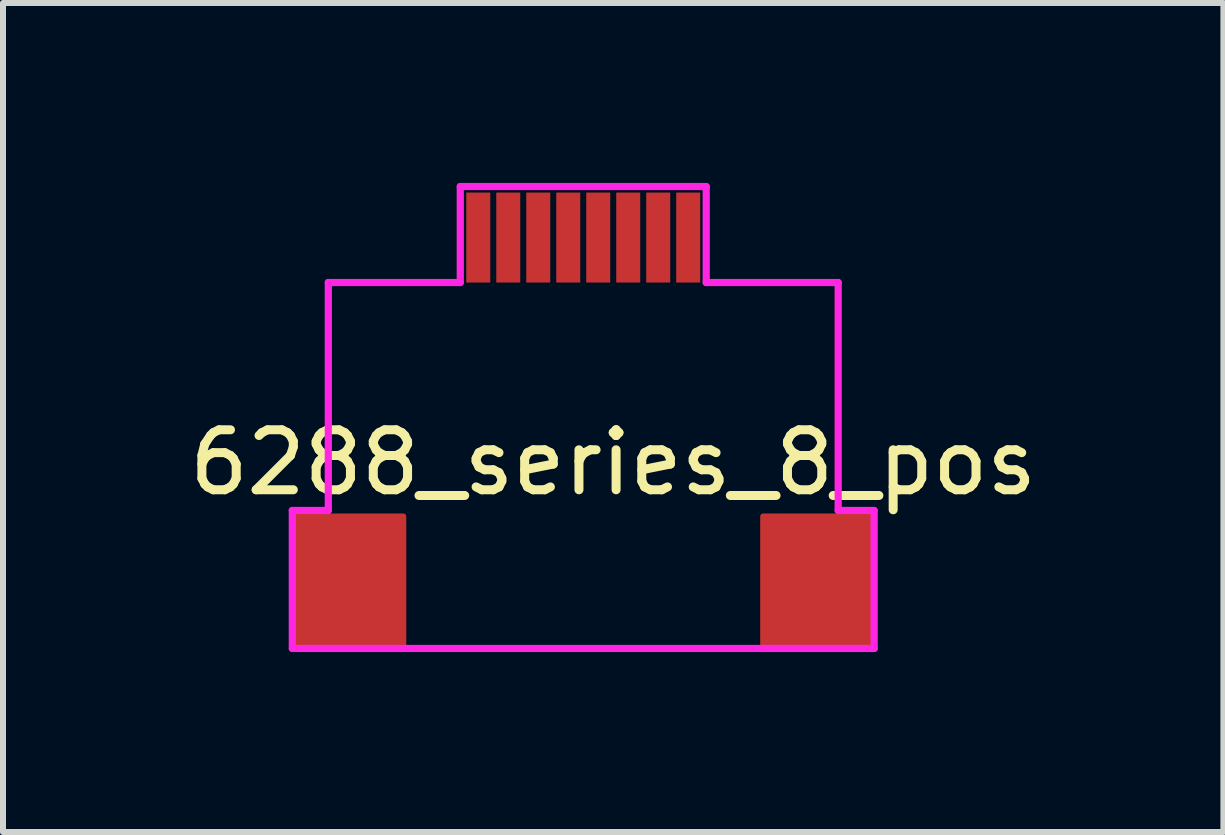
<source format=kicad_pcb>
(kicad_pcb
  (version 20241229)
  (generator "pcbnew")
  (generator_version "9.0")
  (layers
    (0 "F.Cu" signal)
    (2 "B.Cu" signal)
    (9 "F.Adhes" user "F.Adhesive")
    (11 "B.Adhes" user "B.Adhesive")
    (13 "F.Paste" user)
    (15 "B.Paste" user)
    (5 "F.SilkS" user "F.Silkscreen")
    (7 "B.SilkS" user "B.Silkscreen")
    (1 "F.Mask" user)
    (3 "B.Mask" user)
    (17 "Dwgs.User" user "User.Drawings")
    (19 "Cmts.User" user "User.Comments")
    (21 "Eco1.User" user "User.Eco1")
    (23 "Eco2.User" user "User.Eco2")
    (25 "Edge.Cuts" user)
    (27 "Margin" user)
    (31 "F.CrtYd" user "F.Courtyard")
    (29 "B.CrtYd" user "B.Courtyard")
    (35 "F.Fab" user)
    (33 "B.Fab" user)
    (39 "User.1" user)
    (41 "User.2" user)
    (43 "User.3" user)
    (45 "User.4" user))
  (footprint "6288_series_8_pos"
    (layer "F.Cu")
    (at 4.923 1.66)
    (property "Reference" "6288_series_8_pos" (at 2.25 3 0) (layer "F.SilkS") (effects (font (size 1 1) (thickness 0.15))))
    (attr through_hole)
    (fp_poly (pts (xy -1.25 6.1) (xy -3.05 6.1) (xy -3.05 3.9) (xy -1.25 3.9)) (stroke (width 0.1) (type solid)) (fill yes) (layer "F.Cu"))
    (fp_poly (pts (xy 6.55 6.1) (xy 4.75 6.1) (xy 4.75 3.9) (xy 6.55 3.9)) (stroke (width 0.1) (type solid)) (fill yes) (layer "F.Cu"))
    (fp_poly (pts (xy -1.25 6.1) (xy -3.05 6.1) (xy -3.05 3.9) (xy -1.25 3.9)) (stroke (width 0.1) (type solid)) (fill yes) (layer "F.Mask"))
    (fp_poly (pts (xy 6.55 6.1) (xy 4.75 6.1) (xy 4.75 3.9) (xy 6.55 3.9)) (stroke (width 0.1) (type solid)) (fill yes) (layer "F.Mask"))
    (fp_line (start -3.1 3.8) (end -2.5 3.8) (stroke (width 0.12) (type solid)) (layer "F.CrtYd"))
    (fp_line (start -3.1 6.1) (end -3.1 3.8) (stroke (width 0.12) (type solid)) (layer "F.CrtYd"))
    (fp_line (start -2.5 0) (end -1.25 0) (stroke (width 0.12) (type solid)) (layer "F.CrtYd"))
    (fp_line (start -2.5 3.8) (end -2.5 0) (stroke (width 0.12) (type solid)) (layer "F.CrtYd"))
    (fp_line (start -1.25 0) (end -0.3 0) (stroke (width 0.12) (type solid)) (layer "F.CrtYd"))
    (fp_line (start -1.25 6.1) (end -3.1 6.1) (stroke (width 0.12) (type solid)) (layer "F.CrtYd"))
    (fp_line (start -1.25 6.1) (end 4.75 6.1) (stroke (width 0.12) (type solid)) (layer "F.CrtYd"))
    (fp_line (start -0.3 -1.6) (end -0.3 0) (stroke (width 0.12) (type solid)) (layer "F.CrtYd"))
    (fp_line (start 3.8 -1.6) (end -0.3 -1.6) (stroke (width 0.12) (type solid)) (layer "F.CrtYd"))
    (fp_line (start 3.8 0) (end 3.8 -1.6) (stroke (width 0.12) (type solid)) (layer "F.CrtYd"))
    (fp_line (start 3.8 0) (end 4.75 0) (stroke (width 0.12) (type solid)) (layer "F.CrtYd"))
    (fp_line (start 4.75 6.1) (end 6.6 6.1) (stroke (width 0.12) (type solid)) (layer "F.CrtYd"))
    (fp_line (start 6 0) (end 4.75 0) (stroke (width 0.12) (type solid)) (layer "F.CrtYd"))
    (fp_line (start 6 3.8) (end 6 0) (stroke (width 0.12) (type solid)) (layer "F.CrtYd"))
    (fp_line (start 6.6 3.8) (end 6 3.8) (stroke (width 0.12) (type solid)) (layer "F.CrtYd"))
    (fp_line (start 6.6 6.1) (end 6.6 3.8) (stroke (width 0.12) (type solid)) (layer "F.CrtYd"))
    (pad "1" smd rect (at 0.5 -0.75) (size 0.4 1.5) (layers "F.Cu" "F.Mask" "F.Paste"))
    (pad "2" smd rect (at 1 -0.75) (size 0.4 1.5) (layers "F.Cu" "F.Mask" "F.Paste"))
    (pad "3" smd rect (at 1.5 -0.75) (size 0.4 1.5) (layers "F.Cu" "F.Mask" "F.Paste"))
    (pad "4" smd rect (at 2 -0.75) (size 0.4 1.5) (layers "F.Cu" "F.Mask" "F.Paste"))
    (pad "5" smd rect (at 2.5 -0.75) (size 0.4 1.5) (layers "F.Cu" "F.Mask" "F.Paste"))
    (pad "6" smd rect (at 3 -0.75) (size 0.4 1.5) (layers "F.Cu" "F.Mask" "F.Paste"))
    (pad "7" smd rect (at 0 -0.75) (size 0.4 1.5) (layers "F.Cu" "F.Mask" "F.Paste"))
    (pad "8" smd rect (at 3.5 -0.75) (size 0.4 1.5) (layers "F.Cu" "F.Mask" "F.Paste")))
  (gr_rect
    (start -3 -3)
    (end 17.345 10.82)
    (stroke (width 0.1) (type default))
    (fill no)
    (layer "Edge.Cuts")))
</source>
